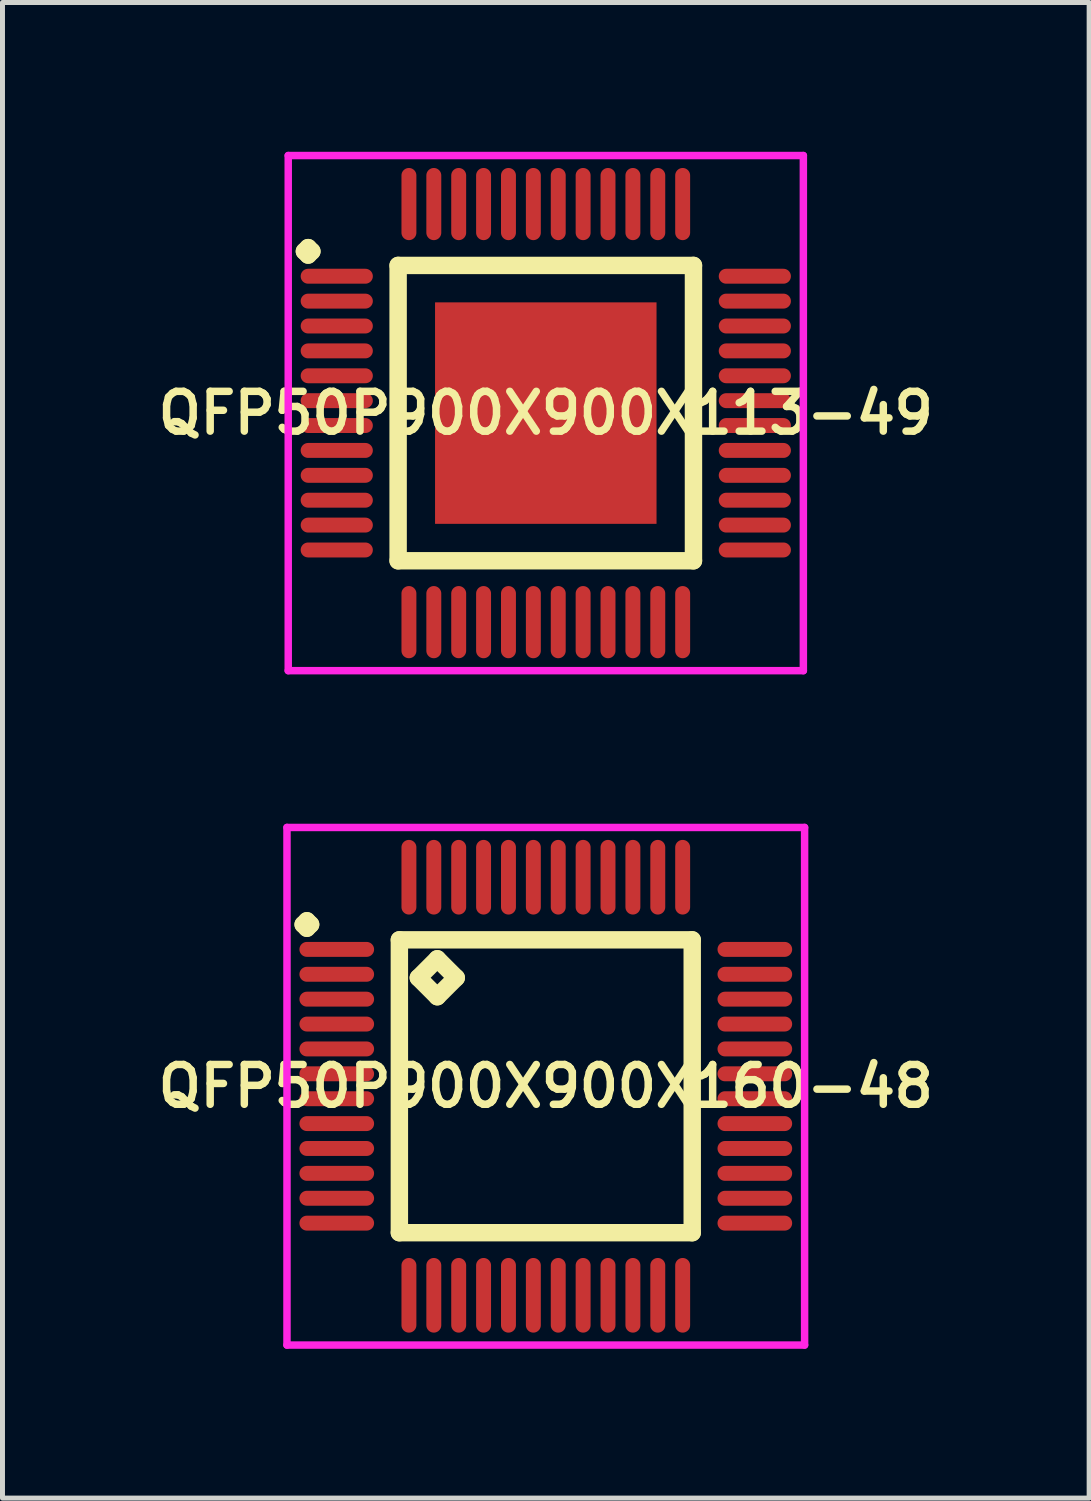
<source format=kicad_pcb>
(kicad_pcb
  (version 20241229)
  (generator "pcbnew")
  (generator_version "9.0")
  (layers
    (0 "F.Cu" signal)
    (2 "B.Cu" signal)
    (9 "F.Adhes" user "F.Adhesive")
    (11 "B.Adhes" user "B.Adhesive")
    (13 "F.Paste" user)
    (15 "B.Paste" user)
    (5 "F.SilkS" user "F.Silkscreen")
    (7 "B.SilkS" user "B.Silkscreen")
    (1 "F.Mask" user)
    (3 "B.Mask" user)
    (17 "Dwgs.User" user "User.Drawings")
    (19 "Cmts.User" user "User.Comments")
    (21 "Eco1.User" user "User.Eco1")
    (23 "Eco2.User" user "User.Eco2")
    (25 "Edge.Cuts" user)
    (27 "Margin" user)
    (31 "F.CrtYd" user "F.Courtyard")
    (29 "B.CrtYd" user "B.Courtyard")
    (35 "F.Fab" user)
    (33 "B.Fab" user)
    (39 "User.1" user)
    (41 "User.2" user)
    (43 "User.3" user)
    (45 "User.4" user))
  (footprint "QFP50P900X900X113-49"
    (layer "F.Cu")
    (at 7.916 5.25)
    (property "Reference" "QFP50P900X900X113-49" (at 0 0 0) (layer "F.SilkS") (effects (font (size 0.8 0.8) (thickness 0.15))))
    (attr smd)
    (fp_line (start -4.85 -3.25) (end -4.775 -3.325) (stroke (width 0.35) (type solid)) (layer "F.SilkS"))
    (fp_line (start -4.775 -3.325) (end -4.7 -3.25) (stroke (width 0.35) (type solid)) (layer "F.SilkS"))
    (fp_line (start -4.775 -3.175) (end -4.85 -3.25) (stroke (width 0.35) (type solid)) (layer "F.SilkS"))
    (fp_line (start -4.7 -3.25) (end -4.775 -3.175) (stroke (width 0.35) (type solid)) (layer "F.SilkS"))
    (fp_line (start -2.967 -2.967) (end -2.967 2.967) (stroke (width 0.35) (type solid)) (layer "F.SilkS"))
    (fp_line (start -2.967 2.967) (end 2.967 2.967) (stroke (width 0.35) (type solid)) (layer "F.SilkS"))
    (fp_line (start 2.967 -2.967) (end -2.967 -2.967) (stroke (width 0.35) (type solid)) (layer "F.SilkS"))
    (fp_line (start 2.967 2.967) (end 2.967 -2.967) (stroke (width 0.35) (type solid)) (layer "F.SilkS"))
    (fp_line (start -5.175 -5.175) (end 5.175 -5.175) (stroke (width 0.15) (type solid)) (layer "F.CrtYd"))
    (fp_line (start -5.175 5.175) (end -5.175 -5.175) (stroke (width 0.15) (type solid)) (layer "F.CrtYd"))
    (fp_line (start 5.175 -5.175) (end 5.175 5.175) (stroke (width 0.15) (type solid)) (layer "F.CrtYd"))
    (fp_line (start 5.175 5.175) (end -5.175 5.175) (stroke (width 0.15) (type solid)) (layer "F.CrtYd"))
    (pad "1" smd oval (at -4.2 -2.75) (size 1.45 0.3) (layers "F.Cu" "F.Mask" "F.Paste"))
    (pad "2" smd oval (at -4.2 -2.25) (size 1.45 0.3) (layers "F.Cu" "F.Mask" "F.Paste"))
    (pad "3" smd oval (at -4.2 -1.75) (size 1.45 0.3) (layers "F.Cu" "F.Mask" "F.Paste"))
    (pad "4" smd oval (at -4.2 -1.25) (size 1.45 0.3) (layers "F.Cu" "F.Mask" "F.Paste"))
    (pad "5" smd oval (at -4.2 -0.75) (size 1.45 0.3) (layers "F.Cu" "F.Mask" "F.Paste"))
    (pad "6" smd oval (at -4.2 -0.25) (size 1.45 0.3) (layers "F.Cu" "F.Mask" "F.Paste"))
    (pad "7" smd oval (at -4.2 0.25) (size 1.45 0.3) (layers "F.Cu" "F.Mask" "F.Paste"))
    (pad "8" smd oval (at -4.2 0.75) (size 1.45 0.3) (layers "F.Cu" "F.Mask" "F.Paste"))
    (pad "9" smd oval (at -4.2 1.25) (size 1.45 0.3) (layers "F.Cu" "F.Mask" "F.Paste"))
    (pad "10" smd oval (at -4.2 1.75) (size 1.45 0.3) (layers "F.Cu" "F.Mask" "F.Paste"))
    (pad "11" smd oval (at -4.2 2.25) (size 1.45 0.3) (layers "F.Cu" "F.Mask" "F.Paste"))
    (pad "12" smd oval (at -4.2 2.75) (size 1.45 0.3) (layers "F.Cu" "F.Mask" "F.Paste"))
    (pad "13" smd oval (at -2.75 4.2) (size 0.3 1.45) (layers "F.Cu" "F.Mask" "F.Paste"))
    (pad "14" smd oval (at -2.25 4.2) (size 0.3 1.45) (layers "F.Cu" "F.Mask" "F.Paste"))
    (pad "15" smd oval (at -1.75 4.2) (size 0.3 1.45) (layers "F.Cu" "F.Mask" "F.Paste"))
    (pad "16" smd oval (at -1.25 4.2) (size 0.3 1.45) (layers "F.Cu" "F.Mask" "F.Paste"))
    (pad "17" smd oval (at -0.75 4.2) (size 0.3 1.45) (layers "F.Cu" "F.Mask" "F.Paste"))
    (pad "18" smd oval (at -0.25 4.2) (size 0.3 1.45) (layers "F.Cu" "F.Mask" "F.Paste"))
    (pad "19" smd oval (at 0.25 4.2) (size 0.3 1.45) (layers "F.Cu" "F.Mask" "F.Paste"))
    (pad "20" smd oval (at 0.75 4.2) (size 0.3 1.45) (layers "F.Cu" "F.Mask" "F.Paste"))
    (pad "21" smd oval (at 1.25 4.2) (size 0.3 1.45) (layers "F.Cu" "F.Mask" "F.Paste"))
    (pad "22" smd oval (at 1.75 4.2) (size 0.3 1.45) (layers "F.Cu" "F.Mask" "F.Paste"))
    (pad "23" smd oval (at 2.25 4.2) (size 0.3 1.45) (layers "F.Cu" "F.Mask" "F.Paste"))
    (pad "24" smd oval (at 2.75 4.2) (size 0.3 1.45) (layers "F.Cu" "F.Mask" "F.Paste"))
    (pad "25" smd oval (at 4.2 2.75) (size 1.45 0.3) (layers "F.Cu" "F.Mask" "F.Paste"))
    (pad "26" smd oval (at 4.2 2.25) (size 1.45 0.3) (layers "F.Cu" "F.Mask" "F.Paste"))
    (pad "27" smd oval (at 4.2 1.75) (size 1.45 0.3) (layers "F.Cu" "F.Mask" "F.Paste"))
    (pad "28" smd oval (at 4.2 1.25) (size 1.45 0.3) (layers "F.Cu" "F.Mask" "F.Paste"))
    (pad "29" smd oval (at 4.2 0.75) (size 1.45 0.3) (layers "F.Cu" "F.Mask" "F.Paste"))
    (pad "30" smd oval (at 4.2 0.25) (size 1.45 0.3) (layers "F.Cu" "F.Mask" "F.Paste"))
    (pad "31" smd oval (at 4.2 -0.25) (size 1.45 0.3) (layers "F.Cu" "F.Mask" "F.Paste"))
    (pad "32" smd oval (at 4.2 -0.75) (size 1.45 0.3) (layers "F.Cu" "F.Mask" "F.Paste"))
    (pad "33" smd oval (at 4.2 -1.25) (size 1.45 0.3) (layers "F.Cu" "F.Mask" "F.Paste"))
    (pad "34" smd oval (at 4.2 -1.75) (size 1.45 0.3) (layers "F.Cu" "F.Mask" "F.Paste"))
    (pad "35" smd oval (at 4.2 -2.25) (size 1.45 0.3) (layers "F.Cu" "F.Mask" "F.Paste"))
    (pad "36" smd oval (at 4.2 -2.75) (size 1.45 0.3) (layers "F.Cu" "F.Mask" "F.Paste"))
    (pad "37" smd oval (at 2.75 -4.2) (size 0.3 1.45) (layers "F.Cu" "F.Mask" "F.Paste"))
    (pad "38" smd oval (at 2.25 -4.2) (size 0.3 1.45) (layers "F.Cu" "F.Mask" "F.Paste"))
    (pad "39" smd oval (at 1.75 -4.2) (size 0.3 1.45) (layers "F.Cu" "F.Mask" "F.Paste"))
    (pad "40" smd oval (at 1.25 -4.2) (size 0.3 1.45) (layers "F.Cu" "F.Mask" "F.Paste"))
    (pad "41" smd oval (at 0.75 -4.2) (size 0.3 1.45) (layers "F.Cu" "F.Mask" "F.Paste"))
    (pad "42" smd oval (at 0.25 -4.2) (size 0.3 1.45) (layers "F.Cu" "F.Mask" "F.Paste"))
    (pad "43" smd oval (at -0.25 -4.2) (size 0.3 1.45) (layers "F.Cu" "F.Mask" "F.Paste"))
    (pad "44" smd oval (at -0.75 -4.2) (size 0.3 1.45) (layers "F.Cu" "F.Mask" "F.Paste"))
    (pad "45" smd oval (at -1.25 -4.2) (size 0.3 1.45) (layers "F.Cu" "F.Mask" "F.Paste"))
    (pad "46" smd oval (at -1.75 -4.2) (size 0.3 1.45) (layers "F.Cu" "F.Mask" "F.Paste"))
    (pad "47" smd oval (at -2.25 -4.2) (size 0.3 1.45) (layers "F.Cu" "F.Mask" "F.Paste"))
    (pad "48" smd oval (at -2.75 -4.2) (size 0.3 1.45) (layers "F.Cu" "F.Mask" "F.Paste"))
    (pad "49" smd rect (at 0 0) (size 4.45 4.45) (layers "F.Cu" "F.Mask" "F.Paste")))
  (footprint "QFP50P900X900X160-48"
    (layer "F.Cu")
    (at 7.916 18.775)
    (property "Reference" "QFP50P900X900X160-48" (at 0 0 0) (layer "F.SilkS") (effects (font (size 0.8 0.8) (thickness 0.15))))
    (attr smd)
    (fp_line (start -4.875 -3.25) (end -4.8 -3.325) (stroke (width 0.35) (type solid)) (layer "F.SilkS"))
    (fp_line (start -4.8 -3.325) (end -4.725 -3.25) (stroke (width 0.35) (type solid)) (layer "F.SilkS"))
    (fp_line (start -4.8 -3.175) (end -4.875 -3.25) (stroke (width 0.35) (type solid)) (layer "F.SilkS"))
    (fp_line (start -4.725 -3.25) (end -4.8 -3.175) (stroke (width 0.35) (type solid)) (layer "F.SilkS"))
    (fp_line (start -2.942 -2.942) (end -2.942 2.942) (stroke (width 0.35) (type solid)) (layer "F.SilkS"))
    (fp_line (start -2.942 2.942) (end 2.942 2.942) (stroke (width 0.35) (type solid)) (layer "F.SilkS"))
    (fp_line (start -2.561 -2.18) (end -2.18 -2.561) (stroke (width 0.35) (type solid)) (layer "F.SilkS"))
    (fp_line (start -2.18 -2.561) (end -1.799 -2.18) (stroke (width 0.35) (type solid)) (layer "F.SilkS"))
    (fp_line (start -2.18 -1.799) (end -2.561 -2.18) (stroke (width 0.35) (type solid)) (layer "F.SilkS"))
    (fp_line (start -1.799 -2.18) (end -2.18 -1.799) (stroke (width 0.35) (type solid)) (layer "F.SilkS"))
    (fp_line (start 2.942 -2.942) (end -2.942 -2.942) (stroke (width 0.35) (type solid)) (layer "F.SilkS"))
    (fp_line (start 2.942 2.942) (end 2.942 -2.942) (stroke (width 0.35) (type solid)) (layer "F.SilkS"))
    (fp_line (start -5.2 -5.2) (end 5.2 -5.2) (stroke (width 0.15) (type solid)) (layer "F.CrtYd"))
    (fp_line (start -5.2 5.2) (end -5.2 -5.2) (stroke (width 0.15) (type solid)) (layer "F.CrtYd"))
    (fp_line (start 5.2 -5.2) (end 5.2 5.2) (stroke (width 0.15) (type solid)) (layer "F.CrtYd"))
    (fp_line (start 5.2 5.2) (end -5.2 5.2) (stroke (width 0.15) (type solid)) (layer "F.CrtYd"))
    (pad "1" smd oval (at -4.2 -2.75) (size 1.5 0.3) (layers "F.Cu" "F.Mask" "F.Paste"))
    (pad "2" smd oval (at -4.2 -2.25) (size 1.5 0.3) (layers "F.Cu" "F.Mask" "F.Paste"))
    (pad "3" smd oval (at -4.2 -1.75) (size 1.5 0.3) (layers "F.Cu" "F.Mask" "F.Paste"))
    (pad "4" smd oval (at -4.2 -1.25) (size 1.5 0.3) (layers "F.Cu" "F.Mask" "F.Paste"))
    (pad "5" smd oval (at -4.2 -0.75) (size 1.5 0.3) (layers "F.Cu" "F.Mask" "F.Paste"))
    (pad "6" smd oval (at -4.2 -0.25) (size 1.5 0.3) (layers "F.Cu" "F.Mask" "F.Paste"))
    (pad "7" smd oval (at -4.2 0.25) (size 1.5 0.3) (layers "F.Cu" "F.Mask" "F.Paste"))
    (pad "8" smd oval (at -4.2 0.75) (size 1.5 0.3) (layers "F.Cu" "F.Mask" "F.Paste"))
    (pad "9" smd oval (at -4.2 1.25) (size 1.5 0.3) (layers "F.Cu" "F.Mask" "F.Paste"))
    (pad "10" smd oval (at -4.2 1.75) (size 1.5 0.3) (layers "F.Cu" "F.Mask" "F.Paste"))
    (pad "11" smd oval (at -4.2 2.25) (size 1.5 0.3) (layers "F.Cu" "F.Mask" "F.Paste"))
    (pad "12" smd oval (at -4.2 2.75) (size 1.5 0.3) (layers "F.Cu" "F.Mask" "F.Paste"))
    (pad "13" smd oval (at -2.75 4.2) (size 0.3 1.5) (layers "F.Cu" "F.Mask" "F.Paste"))
    (pad "14" smd oval (at -2.25 4.2) (size 0.3 1.5) (layers "F.Cu" "F.Mask" "F.Paste"))
    (pad "15" smd oval (at -1.75 4.2) (size 0.3 1.5) (layers "F.Cu" "F.Mask" "F.Paste"))
    (pad "16" smd oval (at -1.25 4.2) (size 0.3 1.5) (layers "F.Cu" "F.Mask" "F.Paste"))
    (pad "17" smd oval (at -0.75 4.2) (size 0.3 1.5) (layers "F.Cu" "F.Mask" "F.Paste"))
    (pad "18" smd oval (at -0.25 4.2) (size 0.3 1.5) (layers "F.Cu" "F.Mask" "F.Paste"))
    (pad "19" smd oval (at 0.25 4.2) (size 0.3 1.5) (layers "F.Cu" "F.Mask" "F.Paste"))
    (pad "20" smd oval (at 0.75 4.2) (size 0.3 1.5) (layers "F.Cu" "F.Mask" "F.Paste"))
    (pad "21" smd oval (at 1.25 4.2) (size 0.3 1.5) (layers "F.Cu" "F.Mask" "F.Paste"))
    (pad "22" smd oval (at 1.75 4.2) (size 0.3 1.5) (layers "F.Cu" "F.Mask" "F.Paste"))
    (pad "23" smd oval (at 2.25 4.2) (size 0.3 1.5) (layers "F.Cu" "F.Mask" "F.Paste"))
    (pad "24" smd oval (at 2.75 4.2) (size 0.3 1.5) (layers "F.Cu" "F.Mask" "F.Paste"))
    (pad "25" smd oval (at 4.2 2.75) (size 1.5 0.3) (layers "F.Cu" "F.Mask" "F.Paste"))
    (pad "26" smd oval (at 4.2 2.25) (size 1.5 0.3) (layers "F.Cu" "F.Mask" "F.Paste"))
    (pad "27" smd oval (at 4.2 1.75) (size 1.5 0.3) (layers "F.Cu" "F.Mask" "F.Paste"))
    (pad "28" smd oval (at 4.2 1.25) (size 1.5 0.3) (layers "F.Cu" "F.Mask" "F.Paste"))
    (pad "29" smd oval (at 4.2 0.75) (size 1.5 0.3) (layers "F.Cu" "F.Mask" "F.Paste"))
    (pad "30" smd oval (at 4.2 0.25) (size 1.5 0.3) (layers "F.Cu" "F.Mask" "F.Paste"))
    (pad "31" smd oval (at 4.2 -0.25) (size 1.5 0.3) (layers "F.Cu" "F.Mask" "F.Paste"))
    (pad "32" smd oval (at 4.2 -0.75) (size 1.5 0.3) (layers "F.Cu" "F.Mask" "F.Paste"))
    (pad "33" smd oval (at 4.2 -1.25) (size 1.5 0.3) (layers "F.Cu" "F.Mask" "F.Paste"))
    (pad "34" smd oval (at 4.2 -1.75) (size 1.5 0.3) (layers "F.Cu" "F.Mask" "F.Paste"))
    (pad "35" smd oval (at 4.2 -2.25) (size 1.5 0.3) (layers "F.Cu" "F.Mask" "F.Paste"))
    (pad "36" smd oval (at 4.2 -2.75) (size 1.5 0.3) (layers "F.Cu" "F.Mask" "F.Paste"))
    (pad "37" smd oval (at 2.75 -4.2) (size 0.3 1.5) (layers "F.Cu" "F.Mask" "F.Paste"))
    (pad "38" smd oval (at 2.25 -4.2) (size 0.3 1.5) (layers "F.Cu" "F.Mask" "F.Paste"))
    (pad "39" smd oval (at 1.75 -4.2) (size 0.3 1.5) (layers "F.Cu" "F.Mask" "F.Paste"))
    (pad "40" smd oval (at 1.25 -4.2) (size 0.3 1.5) (layers "F.Cu" "F.Mask" "F.Paste"))
    (pad "41" smd oval (at 0.75 -4.2) (size 0.3 1.5) (layers "F.Cu" "F.Mask" "F.Paste"))
    (pad "42" smd oval (at 0.25 -4.2) (size 0.3 1.5) (layers "F.Cu" "F.Mask" "F.Paste"))
    (pad "43" smd oval (at -0.25 -4.2) (size 0.3 1.5) (layers "F.Cu" "F.Mask" "F.Paste"))
    (pad "44" smd oval (at -0.75 -4.2) (size 0.3 1.5) (layers "F.Cu" "F.Mask" "F.Paste"))
    (pad "45" smd oval (at -1.25 -4.2) (size 0.3 1.5) (layers "F.Cu" "F.Mask" "F.Paste"))
    (pad "46" smd oval (at -1.75 -4.2) (size 0.3 1.5) (layers "F.Cu" "F.Mask" "F.Paste"))
    (pad "47" smd oval (at -2.25 -4.2) (size 0.3 1.5) (layers "F.Cu" "F.Mask" "F.Paste"))
    (pad "48" smd oval (at -2.75 -4.2) (size 0.3 1.5) (layers "F.Cu" "F.Mask" "F.Paste")))
  (gr_rect
    (start -3 -3)
    (end 18.833 27.05)
    (stroke (width 0.1) (type default))
    (fill no)
    (layer "Edge.Cuts")))
</source>
